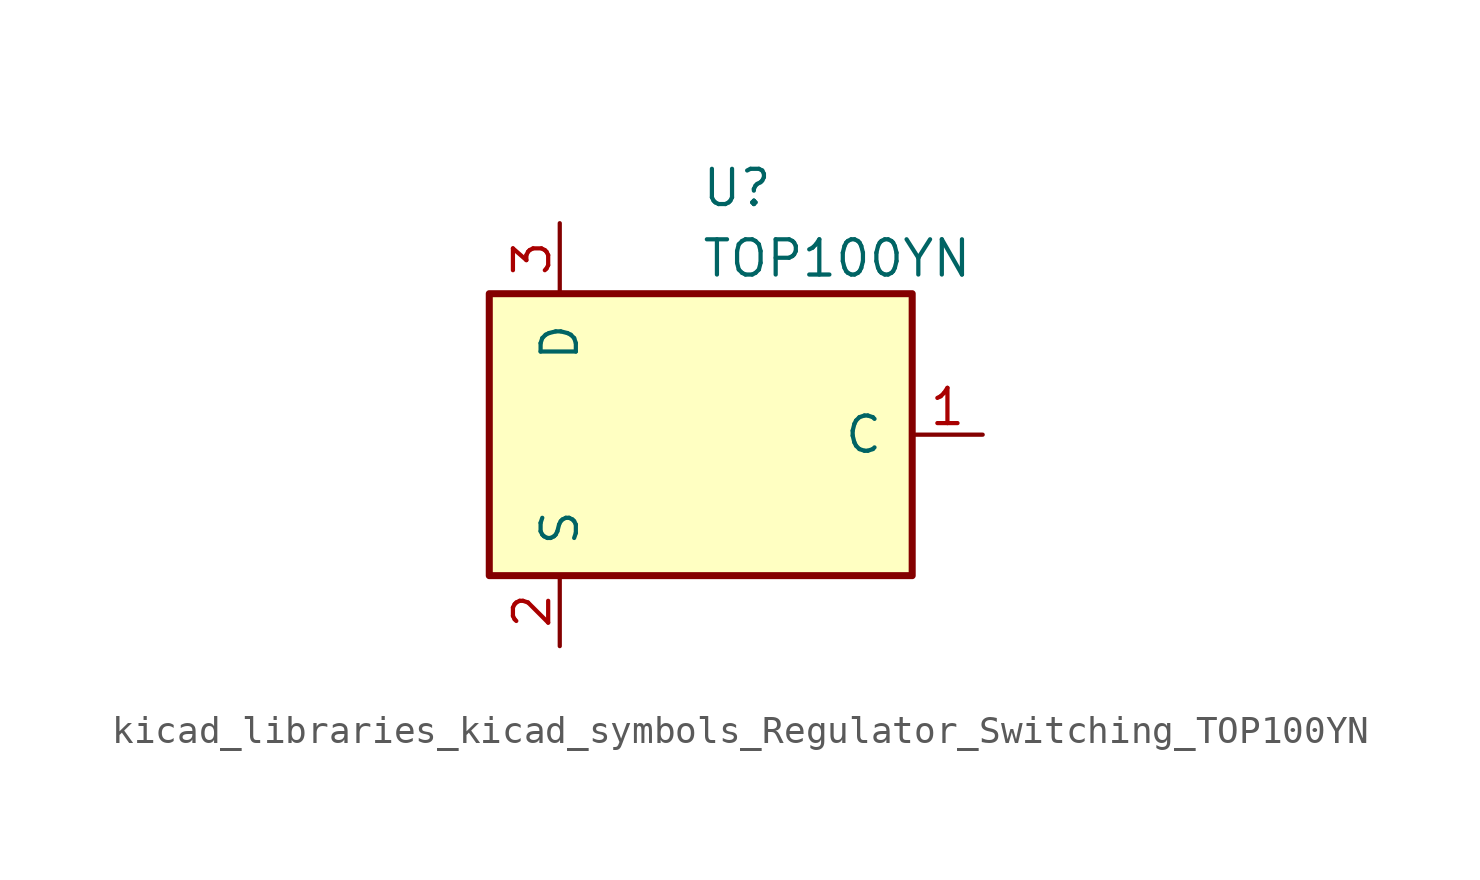
<source format=kicad_sym>
(kicad_symbol_lib
  (version 20220914)
  (generator kicad_symbol_editor)
  (symbol "kicad_libraries_kicad_symbols_Regulator_Switching_TOP100YN"
    (pin_names
      (offset 1.016))
    (property "Reference" "U"
      (at 0 8.89 0)
      (effects (font (size 1.27 1.27)) (justify left)))
    (property "Value" "TOP100YN"
      (at 0 6.35 0)
      (effects (font (size 1.27 1.27)) (justify left)))
    (symbol "kicad_libraries_kicad_symbols_Regulator_Switching_TOP100YN_0_1"
      (rectangle (start -7.62 5.08) (end 7.62 -5.08) (stroke (width 0.254) (type default)) (fill (type background))))
    (symbol "kicad_libraries_kicad_symbols_Regulator_Switching_TOP100YN_1_1"
      (pin input line (at 10.16 0 180) (length 2.54) (name "C" (effects (font (size 1.27 1.27)))) (number "1" (effects (font (size 1.27 1.27)))))
      (pin power_in line (at -5.08 -7.62 90) (length 2.54) (name "S" (effects (font (size 1.27 1.27)))) (number "2" (effects (font (size 1.27 1.27)))))
      (pin open_collector line (at -5.08 7.62 270) (length 2.54) (name "D" (effects (font (size 1.27 1.27)))) (number "3" (effects (font (size 1.27 1.27))))))))
</source>
